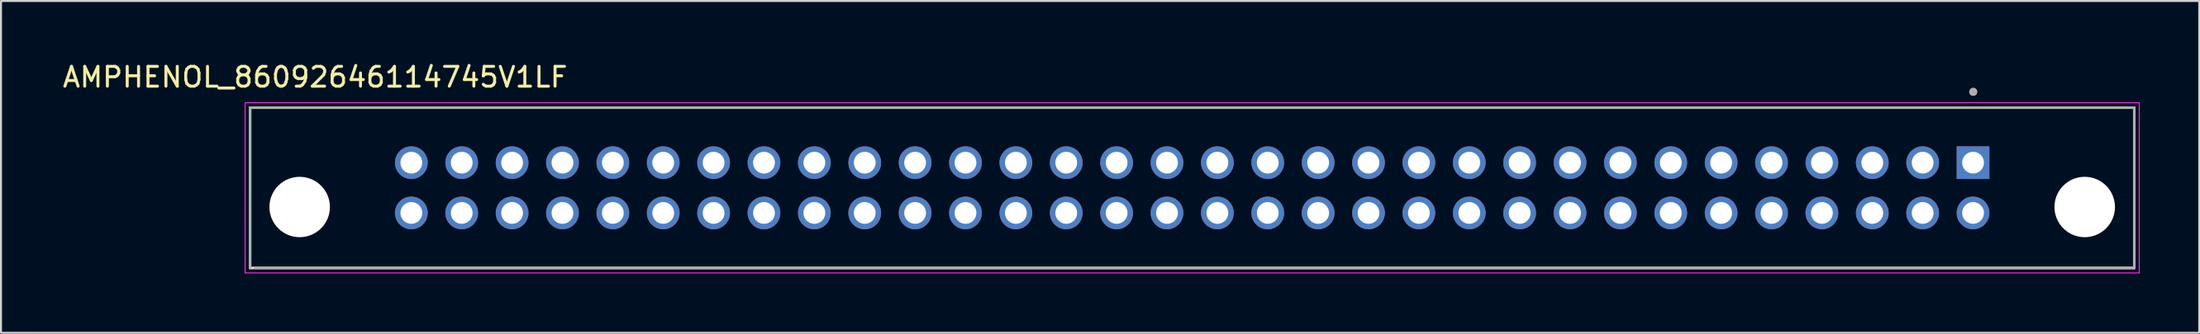
<source format=kicad_pcb>
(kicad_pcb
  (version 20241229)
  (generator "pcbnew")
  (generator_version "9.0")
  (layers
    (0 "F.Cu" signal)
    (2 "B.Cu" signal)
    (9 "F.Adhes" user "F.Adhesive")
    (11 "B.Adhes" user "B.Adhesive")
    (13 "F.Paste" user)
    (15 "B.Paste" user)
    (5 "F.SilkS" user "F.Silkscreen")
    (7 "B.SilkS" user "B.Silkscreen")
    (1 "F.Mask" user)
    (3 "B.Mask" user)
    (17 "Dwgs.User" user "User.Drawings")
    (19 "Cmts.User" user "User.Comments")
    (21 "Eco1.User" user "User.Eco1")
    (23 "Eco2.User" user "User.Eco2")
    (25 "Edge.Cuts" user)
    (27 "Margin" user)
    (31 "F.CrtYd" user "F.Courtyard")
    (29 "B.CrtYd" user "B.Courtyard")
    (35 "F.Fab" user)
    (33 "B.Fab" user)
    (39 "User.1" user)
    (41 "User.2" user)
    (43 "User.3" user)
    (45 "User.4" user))
  (footprint "AMPHENOL_86092646114745V1LF"
    (layer "F.Cu")
    (at 57.059 6.439)
    (property "Reference" "AMPHENOL_86092646114745V1LF" (at -44.219 -5.591 0) (layer "F.SilkS") (effects (font (size 1 1) (thickness 0.15))))
    (attr through_hole)
    (fp_line (start -47.5 -4.05) (end 47.5 -4.05) (stroke (width 0.127) (type solid)) (layer "F.SilkS"))
    (fp_line (start -47.5 4.05) (end -47.5 -4.05) (stroke (width 0.127) (type solid)) (layer "F.SilkS"))
    (fp_line (start 47.5 -4.05) (end 47.5 4.05) (stroke (width 0.127) (type solid)) (layer "F.SilkS"))
    (fp_line (start 47.5 4.05) (end -47.5 4.05) (stroke (width 0.127) (type solid)) (layer "F.SilkS"))
    (fp_circle (center 39.379 -4.849) (end 39.479 -4.849) (stroke (width 0.2) (type solid)) (fill no) (layer "F.SilkS"))
    (fp_line (start -47.75 -4.3) (end -47.75 4.3) (stroke (width 0.05) (type solid)) (layer "F.CrtYd"))
    (fp_line (start -47.75 4.3) (end 47.75 4.3) (stroke (width 0.05) (type solid)) (layer "F.CrtYd"))
    (fp_line (start 47.75 -4.3) (end -47.75 -4.3) (stroke (width 0.05) (type solid)) (layer "F.CrtYd"))
    (fp_line (start 47.75 4.3) (end 47.75 -4.3) (stroke (width 0.05) (type solid)) (layer "F.CrtYd"))
    (fp_line (start -47.5 -4.05) (end 47.5 -4.05) (stroke (width 0.127) (type solid)) (layer "F.Fab"))
    (fp_line (start -47.5 4.05) (end -47.5 -4.05) (stroke (width 0.127) (type solid)) (layer "F.Fab"))
    (fp_line (start 47.5 -4.05) (end 47.5 4.05) (stroke (width 0.127) (type solid)) (layer "F.Fab"))
    (fp_line (start 47.5 4.05) (end -47.25 4.05) (stroke (width 0.127) (type solid)) (layer "F.Fab"))
    (fp_circle (center 39.379 -4.849) (end 39.479 -4.849) (stroke (width 0.2) (type solid)) (fill no) (layer "F.Fab"))
    (pad "" np_thru_hole circle (at -45 0.97) (size 3.05 3.05) (drill 3.05) (layers "*.Cu" "*.Mask"))
    (pad "" np_thru_hole circle (at 45 0.97) (size 3.05 3.05) (drill 3.05) (layers "*.Cu" "*.Mask"))
    (pad "A1" thru_hole rect (at 39.37 -1.27) (size 1.65 1.65) (drill 1.1) (layers "*.Cu" "*.Mask"))
    (pad "A2" thru_hole circle (at 36.83 -1.27) (size 1.65 1.65) (drill 1.1) (layers "*.Cu" "*.Mask"))
    (pad "A3" thru_hole circle (at 34.29 -1.27) (size 1.65 1.65) (drill 1.1) (layers "*.Cu" "*.Mask"))
    (pad "A4" thru_hole circle (at 31.75 -1.27) (size 1.65 1.65) (drill 1.1) (layers "*.Cu" "*.Mask"))
    (pad "A5" thru_hole circle (at 29.21 -1.27) (size 1.65 1.65) (drill 1.1) (layers "*.Cu" "*.Mask"))
    (pad "A6" thru_hole circle (at 26.67 -1.27) (size 1.65 1.65) (drill 1.1) (layers "*.Cu" "*.Mask"))
    (pad "A7" thru_hole circle (at 24.13 -1.27) (size 1.65 1.65) (drill 1.1) (layers "*.Cu" "*.Mask"))
    (pad "A8" thru_hole circle (at 21.59 -1.27) (size 1.65 1.65) (drill 1.1) (layers "*.Cu" "*.Mask"))
    (pad "A9" thru_hole circle (at 19.05 -1.27) (size 1.65 1.65) (drill 1.1) (layers "*.Cu" "*.Mask"))
    (pad "A10" thru_hole circle (at 16.51 -1.27) (size 1.65 1.65) (drill 1.1) (layers "*.Cu" "*.Mask"))
    (pad "A11" thru_hole circle (at 13.97 -1.27) (size 1.65 1.65) (drill 1.1) (layers "*.Cu" "*.Mask"))
    (pad "A12" thru_hole circle (at 11.43 -1.27) (size 1.65 1.65) (drill 1.1) (layers "*.Cu" "*.Mask"))
    (pad "A13" thru_hole circle (at 8.89 -1.27) (size 1.65 1.65) (drill 1.1) (layers "*.Cu" "*.Mask"))
    (pad "A14" thru_hole circle (at 6.35 -1.27) (size 1.65 1.65) (drill 1.1) (layers "*.Cu" "*.Mask"))
    (pad "A15" thru_hole circle (at 3.81 -1.27) (size 1.65 1.65) (drill 1.1) (layers "*.Cu" "*.Mask"))
    (pad "A16" thru_hole circle (at 1.27 -1.27) (size 1.65 1.65) (drill 1.1) (layers "*.Cu" "*.Mask"))
    (pad "A17" thru_hole circle (at -1.27 -1.27) (size 1.65 1.65) (drill 1.1) (layers "*.Cu" "*.Mask"))
    (pad "A18" thru_hole circle (at -3.81 -1.27) (size 1.65 1.65) (drill 1.1) (layers "*.Cu" "*.Mask"))
    (pad "A19" thru_hole circle (at -6.35 -1.27) (size 1.65 1.65) (drill 1.1) (layers "*.Cu" "*.Mask"))
    (pad "A20" thru_hole circle (at -8.89 -1.27) (size 1.65 1.65) (drill 1.1) (layers "*.Cu" "*.Mask"))
    (pad "A21" thru_hole circle (at -11.43 -1.27) (size 1.65 1.65) (drill 1.1) (layers "*.Cu" "*.Mask"))
    (pad "A22" thru_hole circle (at -13.97 -1.27) (size 1.65 1.65) (drill 1.1) (layers "*.Cu" "*.Mask"))
    (pad "A23" thru_hole circle (at -16.51 -1.27) (size 1.65 1.65) (drill 1.1) (layers "*.Cu" "*.Mask"))
    (pad "A24" thru_hole circle (at -19.05 -1.27) (size 1.65 1.65) (drill 1.1) (layers "*.Cu" "*.Mask"))
    (pad "A25" thru_hole circle (at -21.59 -1.27) (size 1.65 1.65) (drill 1.1) (layers "*.Cu" "*.Mask"))
    (pad "A26" thru_hole circle (at -24.13 -1.27) (size 1.65 1.65) (drill 1.1) (layers "*.Cu" "*.Mask"))
    (pad "A27" thru_hole circle (at -26.67 -1.27) (size 1.65 1.65) (drill 1.1) (layers "*.Cu" "*.Mask"))
    (pad "A28" thru_hole circle (at -29.21 -1.27) (size 1.65 1.65) (drill 1.1) (layers "*.Cu" "*.Mask"))
    (pad "A29" thru_hole circle (at -31.75 -1.27) (size 1.65 1.65) (drill 1.1) (layers "*.Cu" "*.Mask"))
    (pad "A30" thru_hole circle (at -34.29 -1.27) (size 1.65 1.65) (drill 1.1) (layers "*.Cu" "*.Mask"))
    (pad "A31" thru_hole circle (at -36.83 -1.27) (size 1.65 1.65) (drill 1.1) (layers "*.Cu" "*.Mask"))
    (pad "A32" thru_hole circle (at -39.37 -1.27) (size 1.65 1.65) (drill 1.1) (layers "*.Cu" "*.Mask"))
    (pad "B1" thru_hole circle (at 39.37 1.27) (size 1.65 1.65) (drill 1.1) (layers "*.Cu" "*.Mask"))
    (pad "B2" thru_hole circle (at 36.83 1.27) (size 1.65 1.65) (drill 1.1) (layers "*.Cu" "*.Mask"))
    (pad "B3" thru_hole circle (at 34.29 1.27) (size 1.65 1.65) (drill 1.1) (layers "*.Cu" "*.Mask"))
    (pad "B4" thru_hole circle (at 31.75 1.27) (size 1.65 1.65) (drill 1.1) (layers "*.Cu" "*.Mask"))
    (pad "B5" thru_hole circle (at 29.21 1.27) (size 1.65 1.65) (drill 1.1) (layers "*.Cu" "*.Mask"))
    (pad "B6" thru_hole circle (at 26.67 1.27) (size 1.65 1.65) (drill 1.1) (layers "*.Cu" "*.Mask"))
    (pad "B7" thru_hole circle (at 24.13 1.27) (size 1.65 1.65) (drill 1.1) (layers "*.Cu" "*.Mask"))
    (pad "B8" thru_hole circle (at 21.59 1.27) (size 1.65 1.65) (drill 1.1) (layers "*.Cu" "*.Mask"))
    (pad "B9" thru_hole circle (at 19.05 1.27) (size 1.65 1.65) (drill 1.1) (layers "*.Cu" "*.Mask"))
    (pad "B10" thru_hole circle (at 16.51 1.27) (size 1.65 1.65) (drill 1.1) (layers "*.Cu" "*.Mask"))
    (pad "B11" thru_hole circle (at 13.97 1.27) (size 1.65 1.65) (drill 1.1) (layers "*.Cu" "*.Mask"))
    (pad "B12" thru_hole circle (at 11.43 1.27) (size 1.65 1.65) (drill 1.1) (layers "*.Cu" "*.Mask"))
    (pad "B13" thru_hole circle (at 8.89 1.27) (size 1.65 1.65) (drill 1.1) (layers "*.Cu" "*.Mask"))
    (pad "B14" thru_hole circle (at 6.35 1.27) (size 1.65 1.65) (drill 1.1) (layers "*.Cu" "*.Mask"))
    (pad "B15" thru_hole circle (at 3.81 1.27) (size 1.65 1.65) (drill 1.1) (layers "*.Cu" "*.Mask"))
    (pad "B16" thru_hole circle (at 1.27 1.27) (size 1.65 1.65) (drill 1.1) (layers "*.Cu" "*.Mask"))
    (pad "B17" thru_hole circle (at -1.27 1.27) (size 1.65 1.65) (drill 1.1) (layers "*.Cu" "*.Mask"))
    (pad "B18" thru_hole circle (at -3.81 1.27) (size 1.65 1.65) (drill 1.1) (layers "*.Cu" "*.Mask"))
    (pad "B19" thru_hole circle (at -6.35 1.27) (size 1.65 1.65) (drill 1.1) (layers "*.Cu" "*.Mask"))
    (pad "B20" thru_hole circle (at -8.89 1.27) (size 1.65 1.65) (drill 1.1) (layers "*.Cu" "*.Mask"))
    (pad "B21" thru_hole circle (at -11.43 1.27) (size 1.65 1.65) (drill 1.1) (layers "*.Cu" "*.Mask"))
    (pad "B22" thru_hole circle (at -13.97 1.27) (size 1.65 1.65) (drill 1.1) (layers "*.Cu" "*.Mask"))
    (pad "B23" thru_hole circle (at -16.51 1.27) (size 1.65 1.65) (drill 1.1) (layers "*.Cu" "*.Mask"))
    (pad "B24" thru_hole circle (at -19.05 1.27) (size 1.65 1.65) (drill 1.1) (layers "*.Cu" "*.Mask"))
    (pad "B25" thru_hole circle (at -21.59 1.27) (size 1.65 1.65) (drill 1.1) (layers "*.Cu" "*.Mask"))
    (pad "B26" thru_hole circle (at -24.13 1.27) (size 1.65 1.65) (drill 1.1) (layers "*.Cu" "*.Mask"))
    (pad "B27" thru_hole circle (at -26.67 1.27) (size 1.65 1.65) (drill 1.1) (layers "*.Cu" "*.Mask"))
    (pad "B28" thru_hole circle (at -29.21 1.27) (size 1.65 1.65) (drill 1.1) (layers "*.Cu" "*.Mask"))
    (pad "B29" thru_hole circle (at -31.75 1.27) (size 1.65 1.65) (drill 1.1) (layers "*.Cu" "*.Mask"))
    (pad "B30" thru_hole circle (at -34.29 1.27) (size 1.65 1.65) (drill 1.1) (layers "*.Cu" "*.Mask"))
    (pad "B31" thru_hole circle (at -36.83 1.27) (size 1.65 1.65) (drill 1.1) (layers "*.Cu" "*.Mask"))
    (pad "B32" thru_hole circle (at -39.37 1.27) (size 1.65 1.65) (drill 1.1) (layers "*.Cu" "*.Mask")))
  (gr_rect
    (start -3 -3)
    (end 107.834 13.764)
    (stroke (width 0.1) (type default))
    (fill no)
    (layer "Edge.Cuts")))
</source>
